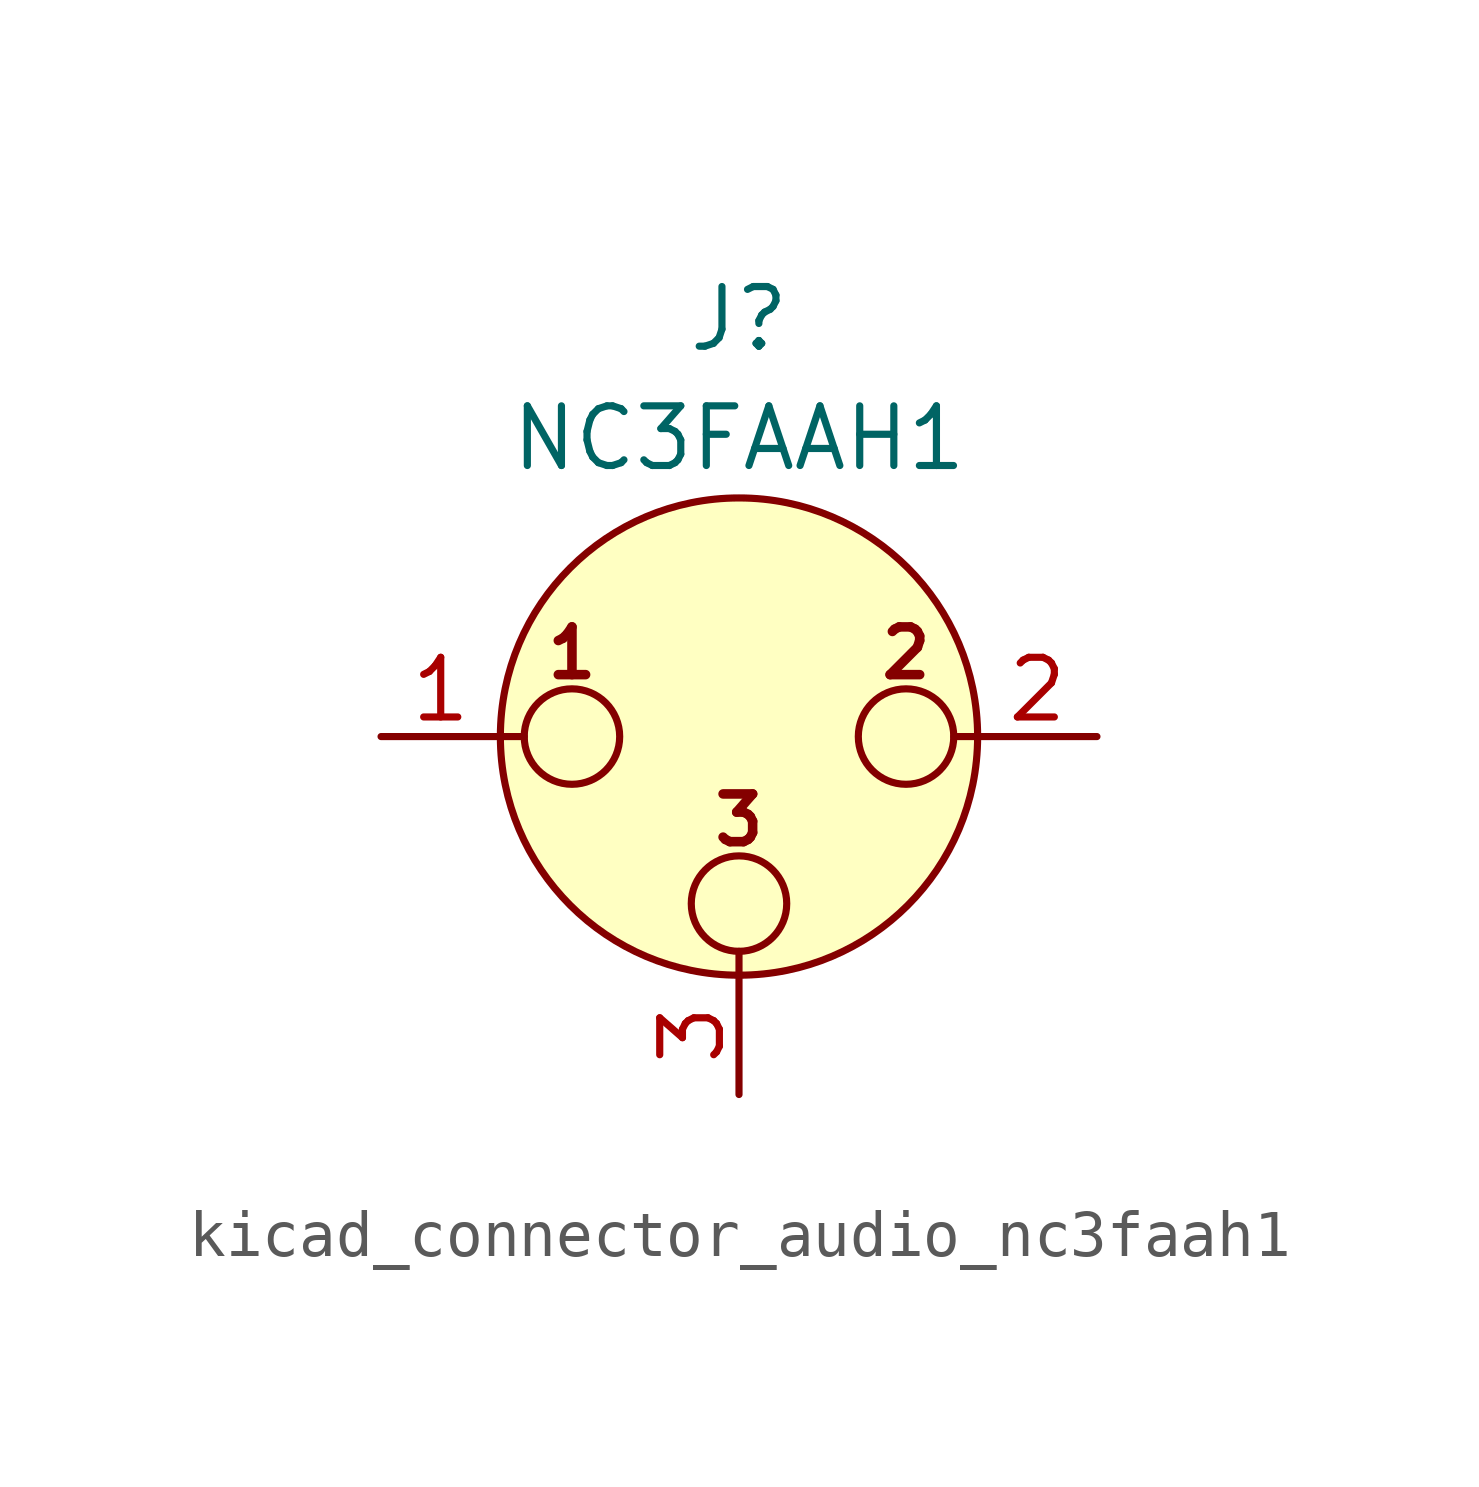
<source format=kicad_sym>
(kicad_symbol_lib
  (version 20220914)
  (generator kicad_symbol_editor)
  (symbol "kicad_connector_audio_nc3faah1"
    (pin_names hide)
    (property "Reference" "J"
      (at 0 8.89 0)
      (effects (font (size 1.27 1.27))))
    (property "Value" "NC3FAAH1"
      (at 0 6.35 0)
      (effects (font (size 1.27 1.27))))
    (symbol "kicad_connector_audio_nc3faah1_0_1"
      (circle (center -3.556 0) (radius 1.016) (stroke (width 0) (type default)) (fill (type none)))
      (circle (center 0 -3.556) (radius 1.016) (stroke (width 0) (type default)) (fill (type none)))
      (polyline (pts (xy -5.08 0) (xy -4.572 0)) (stroke (width 0) (type default)) (fill (type none)))
      (polyline (pts (xy 0 -5.08) (xy 0 -4.572)) (stroke (width 0) (type default)) (fill (type none)))
      (polyline (pts (xy 5.08 0) (xy 4.572 0)) (stroke (width 0) (type default)) (fill (type none)))
      (circle (center 0 0) (radius 5.08) (stroke (width 0) (type default)) (fill (type background)))
      (circle (center 3.556 0) (radius 1.016) (stroke (width 0) (type default)) (fill (type none)))
      (text "1" (at -3.556 1.778 0) (effects (font (size 1.016 1.016) bold)))
      (text "2" (at 3.556 1.778 0) (effects (font (size 1.016 1.016) bold)))
      (text "3" (at 0 -1.778 0) (effects (font (size 1.016 1.016) bold)))
      (pin passive line (at -7.62 0 0) (length 2.54) (name "~" (effects (font (size 1.27 1.27)))) (number "1" (effects (font (size 1.27 1.27)))))
      (pin passive line (at 7.62 0 180) (length 2.54) (name "~" (effects (font (size 1.27 1.27)))) (number "2" (effects (font (size 1.27 1.27)))))
      (pin passive line (at 0 -7.62 90) (length 2.54) (name "~" (effects (font (size 1.27 1.27)))) (number "3" (effects (font (size 1.27 1.27))))))))
</source>
